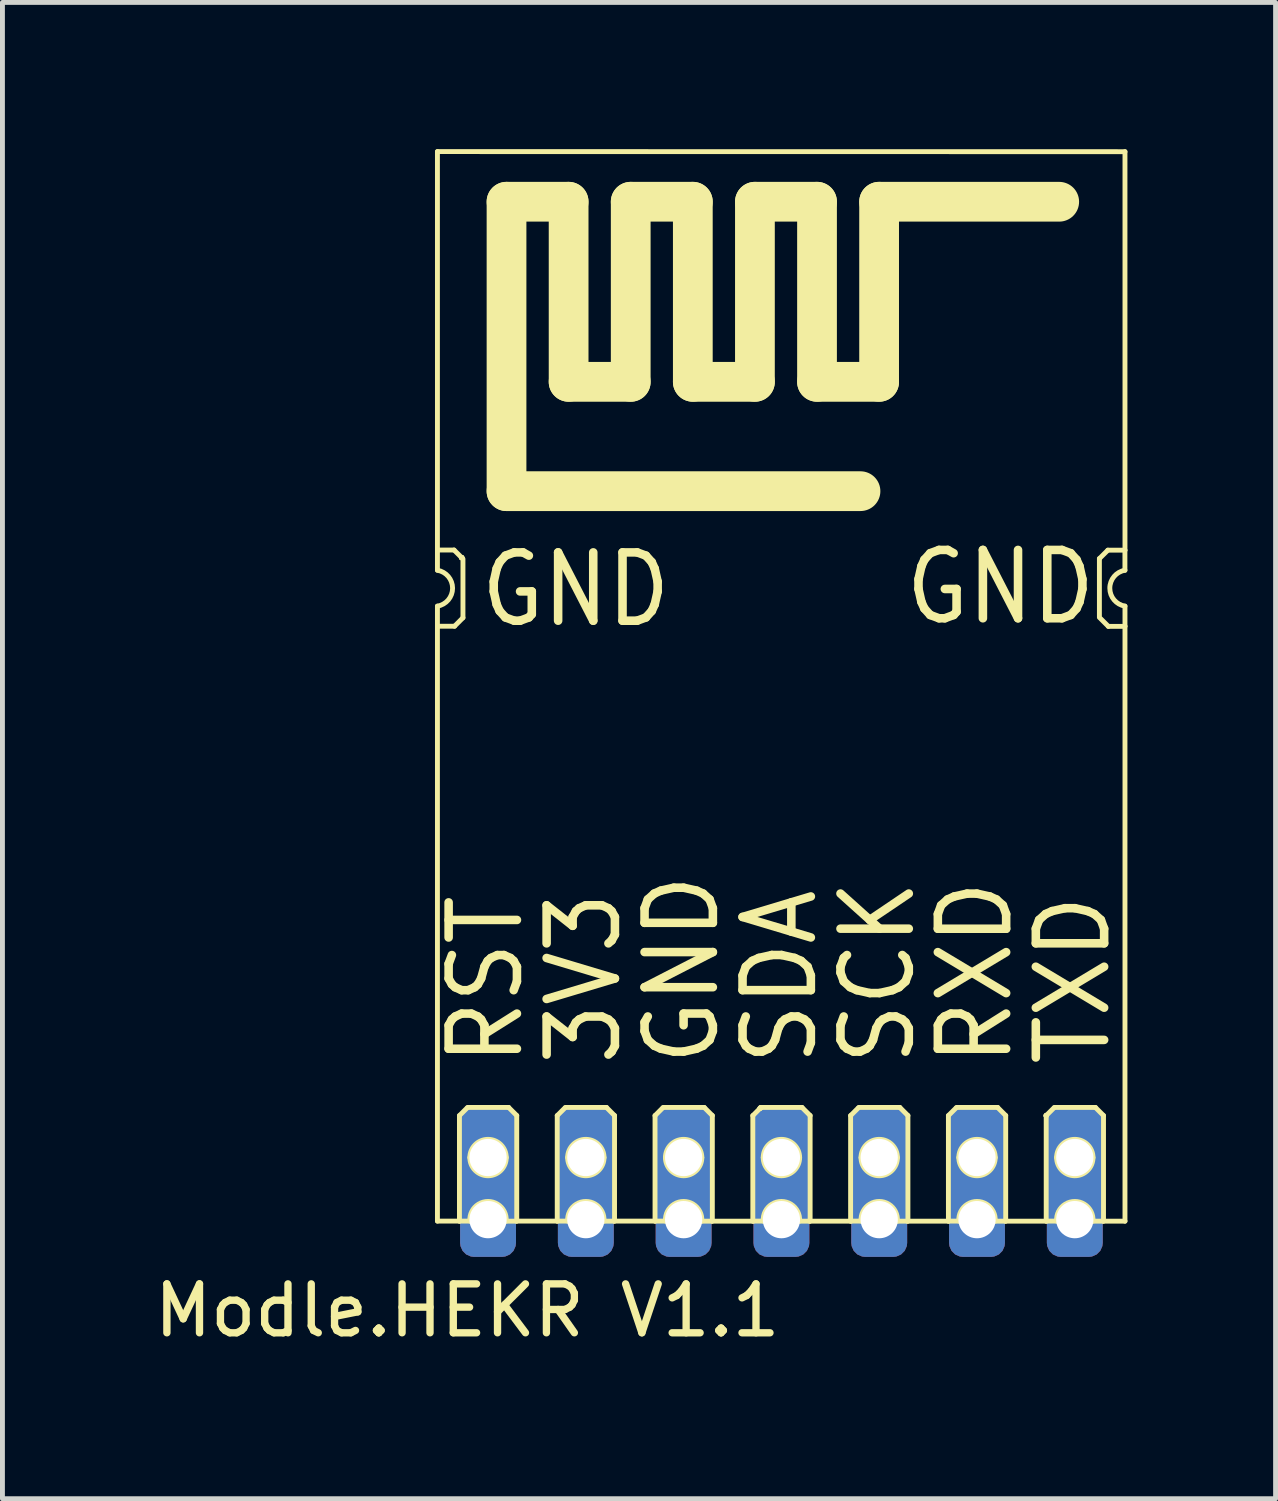
<source format=kicad_pcb>
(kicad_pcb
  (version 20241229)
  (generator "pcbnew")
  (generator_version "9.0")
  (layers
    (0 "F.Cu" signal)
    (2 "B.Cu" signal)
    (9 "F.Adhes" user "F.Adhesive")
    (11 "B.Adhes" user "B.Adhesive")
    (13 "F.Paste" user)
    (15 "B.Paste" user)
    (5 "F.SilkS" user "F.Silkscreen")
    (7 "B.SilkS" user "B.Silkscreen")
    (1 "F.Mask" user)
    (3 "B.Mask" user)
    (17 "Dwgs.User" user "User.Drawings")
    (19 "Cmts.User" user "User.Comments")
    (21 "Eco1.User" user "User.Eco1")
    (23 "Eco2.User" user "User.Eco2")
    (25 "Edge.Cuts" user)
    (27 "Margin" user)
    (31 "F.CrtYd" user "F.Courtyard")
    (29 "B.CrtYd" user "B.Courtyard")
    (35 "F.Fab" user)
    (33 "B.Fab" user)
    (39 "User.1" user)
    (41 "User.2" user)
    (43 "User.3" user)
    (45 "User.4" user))
  (footprint "Modle.HEKR V1.1"
    (layer "F.Cu")
    (at 13.11 12.525)
    (property "Reference" "Modle.HEKR V1.1" (at -6.604 11.227 0) (layer "F.SilkS") (effects (font (size 1 1) (thickness 0.15))))
    (attr through_hole)
    (fp_line (start -7.214 -3.913) (end -7.214 -4.322) (stroke (width 0.1) (type solid)) (layer "F.SilkS"))
    (fp_line (start -7.214 -12.475) (end 6.847 -12.473) (stroke (width 0.1) (type solid)) (layer "F.SilkS"))
    (fp_line (start -7.214 -4.326) (end -6.874 -4.326) (stroke (width 0.1) (type solid)) (layer "F.SilkS"))
    (fp_line (start -7.214 -4.317) (end -7.214 -12.475) (stroke (width 0.1) (type solid)) (layer "F.SilkS"))
    (fp_line (start -7.214 -2.773) (end -7.214 -3.179) (stroke (width 0.1) (type solid)) (layer "F.SilkS"))
    (fp_line (start -7.214 -2.768) (end -6.864 -2.768) (stroke (width 0.1) (type solid)) (layer "F.SilkS"))
    (fp_line (start -7.214 9.398) (end -7.214 -2.777) (stroke (width 0.1) (type solid)) (layer "F.SilkS"))
    (fp_line (start -7.214 9.398) (end -6.763 9.398) (stroke (width 0.1) (type solid)) (layer "F.SilkS"))
    (fp_line (start -6.874 -4.326) (end -6.718 -4.171) (stroke (width 0.1) (type solid)) (layer "F.SilkS"))
    (fp_line (start -6.864 -2.768) (end -6.692 -2.941) (stroke (width 0.1) (type solid)) (layer "F.SilkS"))
    (fp_line (start -6.764 7.24) (end -6.61 7.086) (stroke (width 0.1) (type solid)) (layer "F.SilkS"))
    (fp_line (start -6.764 9.398) (end -6.764 7.24) (stroke (width 0.1) (type solid)) (layer "F.SilkS"))
    (fp_line (start -6.763 9.398) (end -6.55 9.398) (stroke (width 0.1) (type solid)) (layer "F.SilkS"))
    (fp_line (start -6.692 -2.941) (end -6.692 -4.144) (stroke (width 0.1) (type solid)) (layer "F.SilkS"))
    (fp_line (start -6.597 7.073) (end -5.758 7.073) (stroke (width 0.1) (type solid)) (layer "F.SilkS"))
    (fp_line (start -5.808 9.399) (end -5.6 9.399) (stroke (width 0.1) (type solid)) (layer "F.SilkS"))
    (fp_line (start -5.801 -11.449) (end -4.531 -11.449) (stroke (width 0.813) (type solid)) (layer "F.SilkS"))
    (fp_line (start -5.801 -5.53) (end -5.801 -11.449) (stroke (width 0.813) (type solid)) (layer "F.SilkS"))
    (fp_line (start -5.801 -5.53) (end 1.438 -5.53) (stroke (width 0.813) (type solid)) (layer "F.SilkS"))
    (fp_line (start -5.758 7.073) (end -5.592 7.239) (stroke (width 0.1) (type solid)) (layer "F.SilkS"))
    (fp_line (start -5.596 9.398) (end -4.765 9.398) (stroke (width 0.1) (type solid)) (layer "F.SilkS"))
    (fp_line (start -5.592 9.398) (end -5.592 7.239) (stroke (width 0.1) (type solid)) (layer "F.SilkS"))
    (fp_line (start -4.764 7.24) (end -4.61 7.086) (stroke (width 0.1) (type solid)) (layer "F.SilkS"))
    (fp_line (start -4.764 9.398) (end -4.764 7.24) (stroke (width 0.1) (type solid)) (layer "F.SilkS"))
    (fp_line (start -4.763 9.398) (end -4.55 9.398) (stroke (width 0.1) (type solid)) (layer "F.SilkS"))
    (fp_line (start -4.597 7.073) (end -3.758 7.073) (stroke (width 0.1) (type solid)) (layer "F.SilkS"))
    (fp_line (start -4.531 -7.766) (end -4.531 -11.449) (stroke (width 0.813) (type solid)) (layer "F.SilkS"))
    (fp_line (start -4.531 -7.766) (end -3.261 -7.766) (stroke (width 0.813) (type solid)) (layer "F.SilkS"))
    (fp_line (start -3.808 9.399) (end -3.6 9.399) (stroke (width 0.1) (type solid)) (layer "F.SilkS"))
    (fp_line (start -3.758 7.073) (end -3.592 7.239) (stroke (width 0.1) (type solid)) (layer "F.SilkS"))
    (fp_line (start -3.6 9.398) (end -2.763 9.398) (stroke (width 0.1) (type solid)) (layer "F.SilkS"))
    (fp_line (start -3.592 9.398) (end -3.592 7.239) (stroke (width 0.1) (type solid)) (layer "F.SilkS"))
    (fp_line (start -3.261 -11.449) (end -1.991 -11.449) (stroke (width 0.813) (type solid)) (layer "F.SilkS"))
    (fp_line (start -3.261 -7.766) (end -3.261 -11.449) (stroke (width 0.813) (type solid)) (layer "F.SilkS"))
    (fp_line (start -2.764 7.24) (end -2.61 7.086) (stroke (width 0.1) (type solid)) (layer "F.SilkS"))
    (fp_line (start -2.764 9.398) (end -2.764 7.24) (stroke (width 0.1) (type solid)) (layer "F.SilkS"))
    (fp_line (start -2.763 9.398) (end -2.55 9.398) (stroke (width 0.1) (type solid)) (layer "F.SilkS"))
    (fp_line (start -2.597 7.073) (end -1.758 7.073) (stroke (width 0.1) (type solid)) (layer "F.SilkS"))
    (fp_line (start -1.991 -7.766) (end -1.991 -11.449) (stroke (width 0.813) (type solid)) (layer "F.SilkS"))
    (fp_line (start -1.991 -7.766) (end -0.721 -7.766) (stroke (width 0.813) (type solid)) (layer "F.SilkS"))
    (fp_line (start -1.808 9.399) (end -1.6 9.399) (stroke (width 0.1) (type solid)) (layer "F.SilkS"))
    (fp_line (start -1.758 7.073) (end -1.592 7.239) (stroke (width 0.1) (type solid)) (layer "F.SilkS"))
    (fp_line (start -1.595 9.399) (end -0.753 9.399) (stroke (width 0.1) (type solid)) (layer "F.SilkS"))
    (fp_line (start -1.592 9.398) (end -1.592 7.239) (stroke (width 0.1) (type solid)) (layer "F.SilkS"))
    (fp_line (start -0.764 7.24) (end -0.61 7.086) (stroke (width 0.1) (type solid)) (layer "F.SilkS"))
    (fp_line (start -0.764 9.398) (end -0.764 7.24) (stroke (width 0.1) (type solid)) (layer "F.SilkS"))
    (fp_line (start -0.763 9.398) (end -0.55 9.398) (stroke (width 0.1) (type solid)) (layer "F.SilkS"))
    (fp_line (start -0.721 -11.449) (end 0.549 -11.449) (stroke (width 0.813) (type solid)) (layer "F.SilkS"))
    (fp_line (start -0.721 -7.766) (end -0.721 -11.449) (stroke (width 0.813) (type solid)) (layer "F.SilkS"))
    (fp_line (start -0.597 7.073) (end 0.242 7.073) (stroke (width 0.1) (type solid)) (layer "F.SilkS"))
    (fp_line (start 0.192 9.399) (end 0.4 9.399) (stroke (width 0.1) (type solid)) (layer "F.SilkS"))
    (fp_line (start 0.242 7.073) (end 0.408 7.239) (stroke (width 0.1) (type solid)) (layer "F.SilkS"))
    (fp_line (start 0.394 9.399) (end 1.246 9.399) (stroke (width 0.1) (type solid)) (layer "F.SilkS"))
    (fp_line (start 0.408 9.398) (end 0.408 7.239) (stroke (width 0.1) (type solid)) (layer "F.SilkS"))
    (fp_line (start 0.549 -7.766) (end 0.549 -11.449) (stroke (width 0.813) (type solid)) (layer "F.SilkS"))
    (fp_line (start 0.549 -7.766) (end 1.819 -7.766) (stroke (width 0.813) (type solid)) (layer "F.SilkS"))
    (fp_line (start 1.236 7.24) (end 1.39 7.086) (stroke (width 0.1) (type solid)) (layer "F.SilkS"))
    (fp_line (start 1.236 9.398) (end 1.236 7.24) (stroke (width 0.1) (type solid)) (layer "F.SilkS"))
    (fp_line (start 1.237 9.398) (end 1.45 9.398) (stroke (width 0.1) (type solid)) (layer "F.SilkS"))
    (fp_line (start 1.403 7.073) (end 2.242 7.073) (stroke (width 0.1) (type solid)) (layer "F.SilkS"))
    (fp_line (start 1.819 -11.449) (end 5.502 -11.449) (stroke (width 0.813) (type solid)) (layer "F.SilkS"))
    (fp_line (start 1.819 -7.766) (end 1.819 -11.449) (stroke (width 0.813) (type solid)) (layer "F.SilkS"))
    (fp_line (start 2.192 9.399) (end 2.4 9.399) (stroke (width 0.1) (type solid)) (layer "F.SilkS"))
    (fp_line (start 2.242 7.073) (end 2.408 7.239) (stroke (width 0.1) (type solid)) (layer "F.SilkS"))
    (fp_line (start 2.393 9.399) (end 3.241 9.399) (stroke (width 0.1) (type solid)) (layer "F.SilkS"))
    (fp_line (start 2.408 9.398) (end 2.408 7.239) (stroke (width 0.1) (type solid)) (layer "F.SilkS"))
    (fp_line (start 3.236 7.24) (end 3.39 7.086) (stroke (width 0.1) (type solid)) (layer "F.SilkS"))
    (fp_line (start 3.236 9.398) (end 3.236 7.24) (stroke (width 0.1) (type solid)) (layer "F.SilkS"))
    (fp_line (start 3.237 9.398) (end 3.45 9.398) (stroke (width 0.1) (type solid)) (layer "F.SilkS"))
    (fp_line (start 3.403 7.073) (end 4.242 7.073) (stroke (width 0.1) (type solid)) (layer "F.SilkS"))
    (fp_line (start 4.192 9.399) (end 4.4 9.399) (stroke (width 0.1) (type solid)) (layer "F.SilkS"))
    (fp_line (start 4.242 7.073) (end 4.408 7.239) (stroke (width 0.1) (type solid)) (layer "F.SilkS"))
    (fp_line (start 4.401 9.399) (end 5.241 9.399) (stroke (width 0.1) (type solid)) (layer "F.SilkS"))
    (fp_line (start 4.408 9.398) (end 4.408 7.239) (stroke (width 0.1) (type solid)) (layer "F.SilkS"))
    (fp_line (start 5.236 7.24) (end 5.39 7.086) (stroke (width 0.1) (type solid)) (layer "F.SilkS"))
    (fp_line (start 5.236 9.398) (end 5.236 7.24) (stroke (width 0.1) (type solid)) (layer "F.SilkS"))
    (fp_line (start 5.237 9.398) (end 5.45 9.398) (stroke (width 0.1) (type solid)) (layer "F.SilkS"))
    (fp_line (start 5.403 7.073) (end 6.242 7.073) (stroke (width 0.1) (type solid)) (layer "F.SilkS"))
    (fp_line (start 6.192 9.399) (end 6.4 9.399) (stroke (width 0.1) (type solid)) (layer "F.SilkS"))
    (fp_line (start 6.242 7.073) (end 6.408 7.239) (stroke (width 0.1) (type solid)) (layer "F.SilkS"))
    (fp_line (start 6.324 -4.151) (end 6.497 -4.323) (stroke (width 0.1) (type solid)) (layer "F.SilkS"))
    (fp_line (start 6.324 -2.947) (end 6.324 -4.151) (stroke (width 0.1) (type solid)) (layer "F.SilkS"))
    (fp_line (start 6.351 -2.921) (end 6.507 -2.765) (stroke (width 0.1) (type solid)) (layer "F.SilkS"))
    (fp_line (start 6.402 9.399) (end 6.847 9.399) (stroke (width 0.1) (type solid)) (layer "F.SilkS"))
    (fp_line (start 6.408 9.398) (end 6.408 7.239) (stroke (width 0.1) (type solid)) (layer "F.SilkS"))
    (fp_line (start 6.497 -4.323) (end 6.846 -4.323) (stroke (width 0.1) (type solid)) (layer "F.SilkS"))
    (fp_line (start 6.507 -2.765) (end 6.846 -2.765) (stroke (width 0.1) (type solid)) (layer "F.SilkS"))
    (fp_line (start 6.846 -3.912) (end 6.846 -4.318) (stroke (width 0.1) (type solid)) (layer "F.SilkS"))
    (fp_line (start 6.847 9.399) (end 6.847 -2.766) (stroke (width 0.1) (type solid)) (layer "F.SilkS"))
    (fp_line (start 6.847 -4.322) (end 6.847 -12.473) (stroke (width 0.1) (type solid)) (layer "F.SilkS"))
    (fp_line (start 6.847 -2.769) (end 6.847 -3.179) (stroke (width 0.1) (type solid)) (layer "F.SilkS"))
    (fp_arc (start -7.214051 -3.912575) (mid -6.904339 -3.545899) (end -7.213572 -3.178819) (stroke (width 0.1) (type solid)) (layer "F.SilkS"))
    (fp_arc (start -6.72465 -4.170649) (mid -6.7183 -4.176999) (end -6.71195 -4.170649) (stroke (width 0.1) (type solid)) (layer "F.SilkS"))
    (fp_arc (start -6.72465 -4.170649) (mid -6.7183 -4.176999) (end -6.71195 -4.170649) (stroke (width 0.1) (type solid)) (layer "F.SilkS"))
    (fp_arc (start -6.71195 -4.170649) (mid -6.7183 -4.164299) (end -6.72465 -4.170649) (stroke (width 0.1) (type solid)) (layer "F.SilkS"))
    (fp_arc (start -6.71195 -4.170649) (mid -6.7183 -4.164299) (end -6.72465 -4.170649) (stroke (width 0.1) (type solid)) (layer "F.SilkS"))
    (fp_arc (start -6.551145 8.098313) (mid -6.178944 7.726112) (end -5.806743 8.098313) (stroke (width 0.1) (type solid)) (layer "F.SilkS"))
    (fp_arc (start -6.549996 9.397541) (mid -6.17833 8.996112) (end -5.80799 9.398765) (stroke (width 0.1) (type solid)) (layer "F.SilkS"))
    (fp_arc (start -5.806743 8.098313) (mid -6.178944 8.470514) (end -6.551145 8.098313) (stroke (width 0.1) (type solid)) (layer "F.SilkS"))
    (fp_arc (start -4.551144 8.098313) (mid -4.178943 7.726112) (end -3.806742 8.098313) (stroke (width 0.1) (type solid)) (layer "F.SilkS"))
    (fp_arc (start -4.549993 9.397541) (mid -4.178328 8.996113) (end -3.807989 9.398765) (stroke (width 0.1) (type solid)) (layer "F.SilkS"))
    (fp_arc (start -3.806741 8.098313) (mid -4.178943 8.470515) (end -4.551145 8.098313) (stroke (width 0.1) (type solid)) (layer "F.SilkS"))
    (fp_arc (start -2.551147 8.098313) (mid -2.178945 7.726111) (end -1.806743 8.098313) (stroke (width 0.1) (type solid)) (layer "F.SilkS"))
    (fp_arc (start -2.549995 9.397541) (mid -2.17833 8.996113) (end -1.807991 9.398765) (stroke (width 0.1) (type solid)) (layer "F.SilkS"))
    (fp_arc (start -1.806744 8.098313) (mid -2.178945 8.470514) (end -2.551146 8.098313) (stroke (width 0.1) (type solid)) (layer "F.SilkS"))
    (fp_arc (start -0.615938 7.085641) (mid -0.609588 7.079291) (end -0.603238 7.085641) (stroke (width 0.1) (type solid)) (layer "F.SilkS"))
    (fp_arc (start -0.615938 7.085641) (mid -0.609588 7.079291) (end -0.603238 7.085641) (stroke (width 0.1) (type solid)) (layer "F.SilkS"))
    (fp_arc (start -0.603238 7.085641) (mid -0.609588 7.091991) (end -0.615938 7.085641) (stroke (width 0.1) (type solid)) (layer "F.SilkS"))
    (fp_arc (start -0.603238 7.085641) (mid -0.609588 7.091991) (end -0.615938 7.085641) (stroke (width 0.1) (type solid)) (layer "F.SilkS"))
    (fp_arc (start -0.551146 8.098313) (mid -0.178944 7.726111) (end 0.193258 8.098313) (stroke (width 0.1) (type solid)) (layer "F.SilkS"))
    (fp_arc (start -0.549994 9.397541) (mid -0.178329 8.996113) (end 0.19201 9.398765) (stroke (width 0.1) (type solid)) (layer "F.SilkS"))
    (fp_arc (start 0.193257 8.098313) (mid -0.178944 8.470514) (end -0.551145 8.098313) (stroke (width 0.1) (type solid)) (layer "F.SilkS"))
    (fp_arc (start 1.448854 8.098313) (mid 1.821055 7.726112) (end 2.193256 8.098313) (stroke (width 0.1) (type solid)) (layer "F.SilkS"))
    (fp_arc (start 1.450005 9.397541) (mid 1.82167 8.996113) (end 2.192009 9.398765) (stroke (width 0.1) (type solid)) (layer "F.SilkS"))
    (fp_arc (start 2.193257 8.098313) (mid 1.821055 8.470515) (end 1.448853 8.098313) (stroke (width 0.1) (type solid)) (layer "F.SilkS"))
    (fp_arc (start 3.448855 8.098313) (mid 3.821056 7.726112) (end 4.193257 8.098313) (stroke (width 0.1) (type solid)) (layer "F.SilkS"))
    (fp_arc (start 3.450006 9.397541) (mid 3.821671 8.996113) (end 4.19201 9.398765) (stroke (width 0.1) (type solid)) (layer "F.SilkS"))
    (fp_arc (start 4.193258 8.098313) (mid 3.821056 8.470515) (end 3.448854 8.098313) (stroke (width 0.1) (type solid)) (layer "F.SilkS"))
    (fp_arc (start 5.229646 7.240058) (mid 5.235996 7.233708) (end 5.242346 7.240058) (stroke (width 0.1) (type solid)) (layer "F.SilkS"))
    (fp_arc (start 5.229646 7.240058) (mid 5.235996 7.233708) (end 5.242346 7.240058) (stroke (width 0.1) (type solid)) (layer "F.SilkS"))
    (fp_arc (start 5.448856 8.098313) (mid 5.821057 7.726112) (end 6.193258 8.098313) (stroke (width 0.1) (type solid)) (layer "F.SilkS"))
    (fp_arc (start 5.450007 9.397541) (mid 5.821672 8.996113) (end 6.192011 9.398765) (stroke (width 0.1) (type solid)) (layer "F.SilkS"))
    (fp_arc (start 6.193259 8.098313) (mid 5.821057 8.470515) (end 5.448855 8.098313) (stroke (width 0.1) (type solid)) (layer "F.SilkS"))
    (fp_arc (start 6.846793 -3.178739) (mid 6.537081 -3.545414) (end 6.846313 -3.912493) (stroke (width 0.1) (type solid)) (layer "F.SilkS"))
    (fp_text user "3V3" (at -3.404 6.287 270) (layer "F.SilkS") (effects (font (size 1.397 1.257) (thickness 0.175)) (justify left bottom)))
    (fp_text user "GND" (at 2.27 -2.751 0) (layer "F.SilkS") (effects (font (size 1.397 1.257) (thickness 0.175)) (justify left bottom)))
    (fp_text user "GND" (at -1.401 6.286 270) (layer "F.SilkS") (effects (font (size 1.397 1.257) (thickness 0.175)) (justify left bottom)))
    (fp_text user "TXD" (at 6.601 6.286 270) (layer "F.SilkS") (effects (font (size 1.397 1.257) (thickness 0.175)) (justify left bottom)))
    (fp_text user "RST" (at -5.408 6.287 270) (layer "F.SilkS") (effects (font (size 1.397 1.257) (thickness 0.175)) (justify left bottom)))
    (fp_text user "SDA" (at 0.603 6.286 270) (layer "F.SilkS") (effects (font (size 1.397 1.257) (thickness 0.175)) (justify left bottom)))
    (fp_text user "SCK" (at 2.606 6.286 270) (layer "F.SilkS") (effects (font (size 1.397 1.257) (thickness 0.175)) (justify left bottom)))
    (fp_text user "RXD" (at 4.597 6.287 270) (layer "F.SilkS") (effects (font (size 1.397 1.257) (thickness 0.175)) (justify left bottom)))
    (fp_text user "GND" (at -6.417 -2.701 0) (layer "F.SilkS") (effects (font (size 1.397 1.257) (thickness 0.175)) (justify left bottom)))
    (pad "1" thru_hole roundrect (at -6.179 8.098 270) (size 2.032 1.143) (drill 0.762) (layers "*.Cu" "*.Mask") (roundrect_rratio 0.25))
    (pad "1" thru_hole roundrect (at -6.179 9.368 90) (size 1.524 1.143) (drill 0.762) (layers "*.Cu" "*.Mask") (roundrect_rratio 0.25))
    (pad "2" thru_hole roundrect (at -4.179 8.098 270) (size 2.032 1.143) (drill 0.762) (layers "*.Cu" "*.Mask") (roundrect_rratio 0.25))
    (pad "2" thru_hole roundrect (at -4.179 9.368 90) (size 1.524 1.143) (drill 0.762) (layers "*.Cu" "*.Mask") (roundrect_rratio 0.25))
    (pad "3" thru_hole roundrect (at -2.179 8.098 270) (size 2.032 1.143) (drill 0.762) (layers "*.Cu" "*.Mask") (roundrect_rratio 0.25))
    (pad "3" thru_hole roundrect (at -2.179 9.368 90) (size 1.524 1.143) (drill 0.762) (layers "*.Cu" "*.Mask") (roundrect_rratio 0.25))
    (pad "4" thru_hole roundrect (at -0.179 8.098 270) (size 2.032 1.143) (drill 0.762) (layers "*.Cu" "*.Mask") (roundrect_rratio 0.25))
    (pad "4" thru_hole roundrect (at -0.179 9.368 90) (size 1.524 1.143) (drill 0.762) (layers "*.Cu" "*.Mask") (roundrect_rratio 0.25))
    (pad "5" thru_hole roundrect (at 1.821 8.098 270) (size 2.032 1.143) (drill 0.762) (layers "*.Cu" "*.Mask") (roundrect_rratio 0.25))
    (pad "5" thru_hole roundrect (at 1.821 9.368 90) (size 1.524 1.143) (drill 0.762) (layers "*.Cu" "*.Mask") (roundrect_rratio 0.25))
    (pad "6" thru_hole roundrect (at 3.821 8.098 270) (size 2.032 1.143) (drill 0.762) (layers "*.Cu" "*.Mask") (roundrect_rratio 0.25))
    (pad "6" thru_hole roundrect (at 3.821 9.368 90) (size 1.524 1.143) (drill 0.762) (layers "*.Cu" "*.Mask") (roundrect_rratio 0.25))
    (pad "7" thru_hole roundrect (at 5.821 8.098 270) (size 2.032 1.143) (drill 0.762) (layers "*.Cu" "*.Mask") (roundrect_rratio 0.25))
    (pad "7" thru_hole roundrect (at 5.821 9.368 90) (size 1.524 1.143) (drill 0.762) (layers "*.Cu" "*.Mask") (roundrect_rratio 0.25)))
  (gr_rect
    (start -3 -3)
    (end 23.037 27.6)
    (stroke (width 0.1) (type default))
    (fill no)
    (layer "Edge.Cuts")))
</source>
